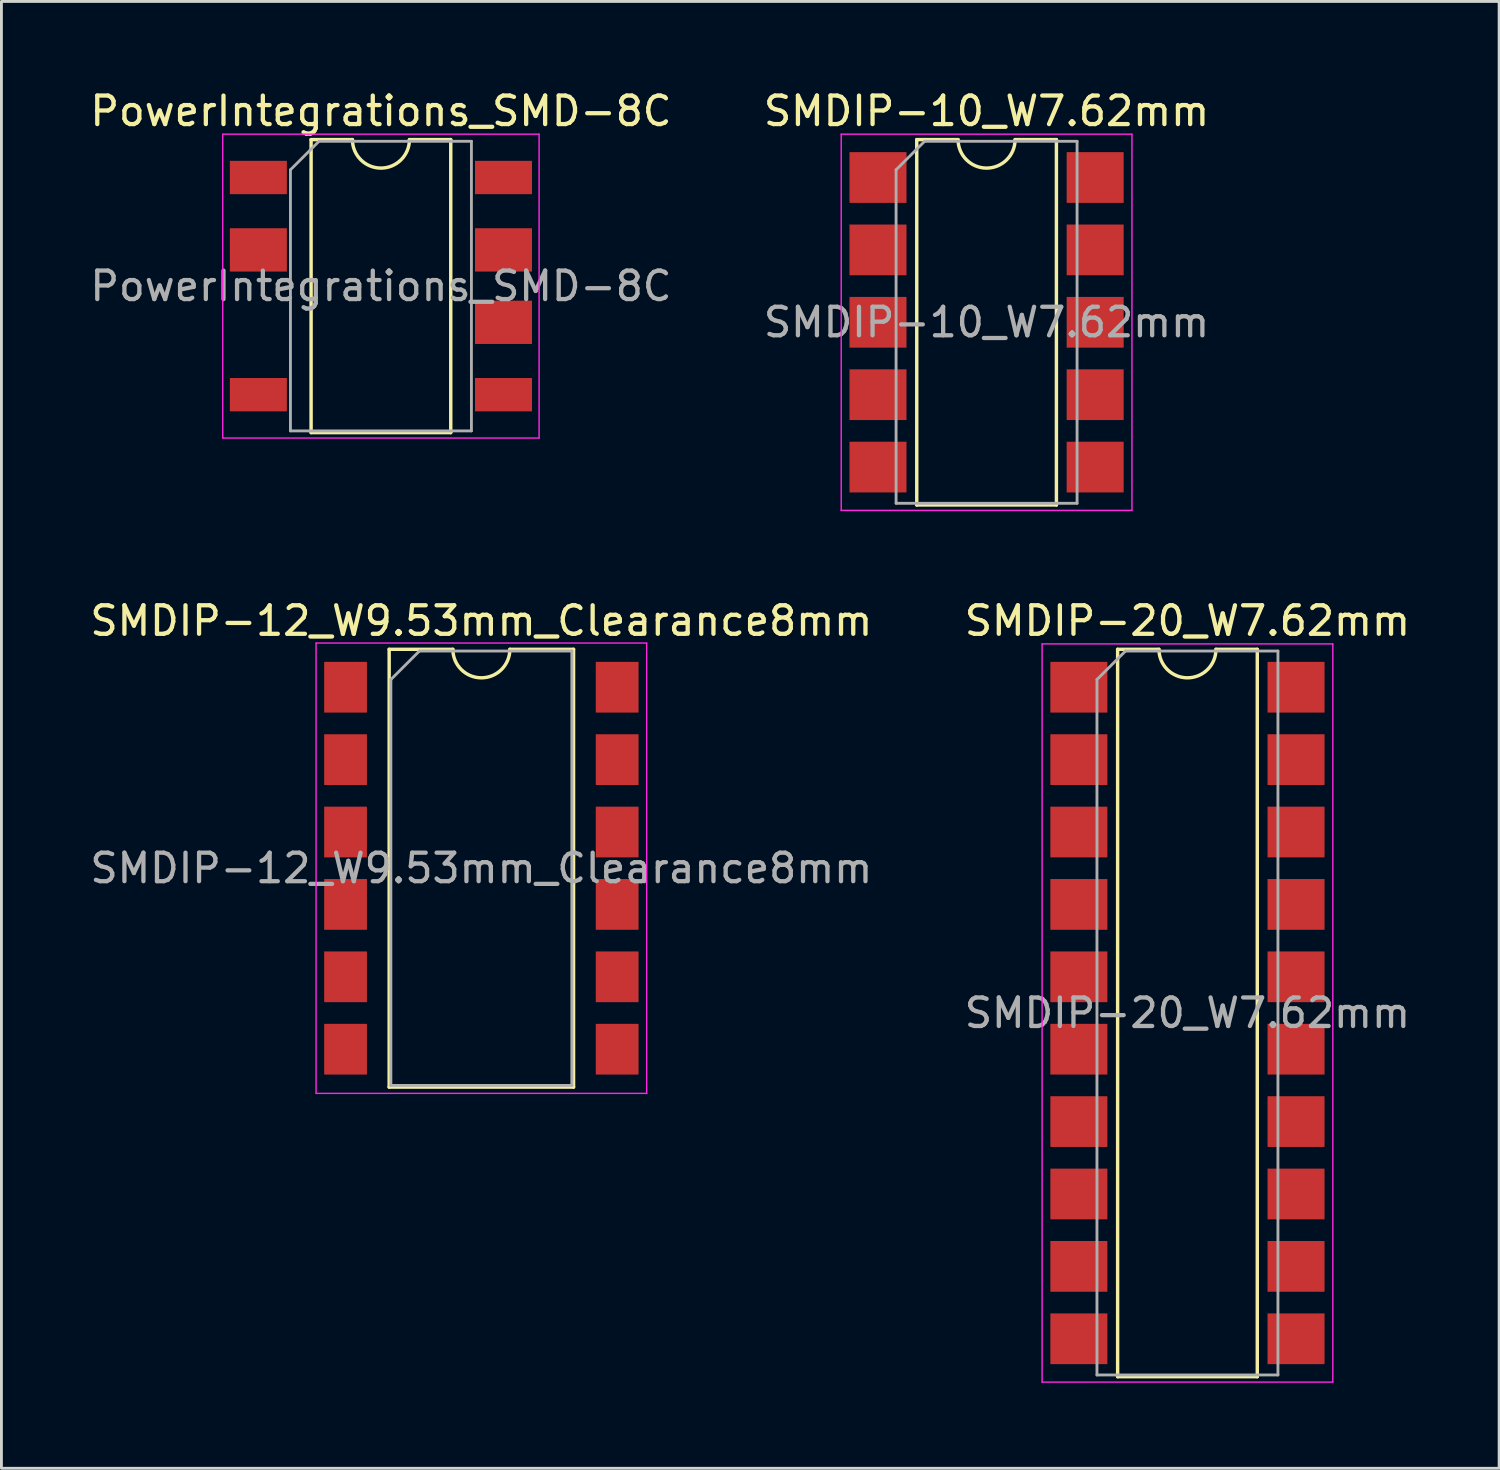
<source format=kicad_pcb>
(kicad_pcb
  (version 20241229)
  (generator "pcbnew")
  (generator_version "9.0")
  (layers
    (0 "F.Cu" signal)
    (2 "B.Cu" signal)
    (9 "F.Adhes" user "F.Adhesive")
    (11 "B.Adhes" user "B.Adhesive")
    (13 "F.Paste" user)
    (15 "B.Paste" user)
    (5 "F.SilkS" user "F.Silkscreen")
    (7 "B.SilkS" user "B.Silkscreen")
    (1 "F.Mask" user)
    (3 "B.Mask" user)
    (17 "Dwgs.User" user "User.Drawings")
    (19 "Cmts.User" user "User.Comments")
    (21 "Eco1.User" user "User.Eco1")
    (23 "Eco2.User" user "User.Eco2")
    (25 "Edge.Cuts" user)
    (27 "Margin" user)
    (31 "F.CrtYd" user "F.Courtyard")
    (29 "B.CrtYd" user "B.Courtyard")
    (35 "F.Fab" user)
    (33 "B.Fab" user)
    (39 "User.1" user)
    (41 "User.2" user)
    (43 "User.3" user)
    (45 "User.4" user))
  (footprint "PowerIntegrations_SMD-8C"
    (layer "F.Cu")
    (at 10.315 6.988)
    (property "Reference" "PowerIntegrations_SMD-8C" (at 0 -6.14 0) (layer "F.SilkS") (effects (font (size 1 1) (thickness 0.15))))
    (attr smd)
    (fp_line (start -2.45 -5.14) (end -2.45 5.14) (stroke (width 0.12) (type solid)) (layer "F.SilkS"))
    (fp_line (start -2.45 5.14) (end 2.45 5.14) (stroke (width 0.12) (type solid)) (layer "F.SilkS"))
    (fp_line (start -1 -5.14) (end -2.45 -5.14) (stroke (width 0.12) (type solid)) (layer "F.SilkS"))
    (fp_line (start 2.45 -5.14) (end 1 -5.14) (stroke (width 0.12) (type solid)) (layer "F.SilkS"))
    (fp_line (start 2.45 5.14) (end 2.45 -5.14) (stroke (width 0.12) (type solid)) (layer "F.SilkS"))
    (fp_arc (start 1 -5.14) (mid 0 -4.14) (end -1 -5.14) (stroke (width 0.12) (type solid)) (layer "F.SilkS"))
    (fp_line (start -5.55 -5.33) (end -5.55 5.33) (stroke (width 0.05) (type solid)) (layer "F.CrtYd"))
    (fp_line (start -5.55 -5.33) (end 5.55 -5.33) (stroke (width 0.05) (type solid)) (layer "F.CrtYd"))
    (fp_line (start 5.55 5.33) (end -5.55 5.33) (stroke (width 0.05) (type solid)) (layer "F.CrtYd"))
    (fp_line (start 5.55 5.33) (end 5.55 -5.33) (stroke (width 0.05) (type solid)) (layer "F.CrtYd"))
    (fp_line (start -3.175 -4.08) (end -2.175 -5.08) (stroke (width 0.1) (type solid)) (layer "F.Fab"))
    (fp_line (start -3.175 5.08) (end -3.175 -4.08) (stroke (width 0.1) (type solid)) (layer "F.Fab"))
    (fp_line (start -2.175 -5.08) (end 3.175 -5.08) (stroke (width 0.1) (type solid)) (layer "F.Fab"))
    (fp_line (start 3.175 -5.08) (end 3.175 5.08) (stroke (width 0.1) (type solid)) (layer "F.Fab"))
    (fp_line (start 3.175 5.08) (end -3.175 5.08) (stroke (width 0.1) (type solid)) (layer "F.Fab"))
    (fp_text user "${REFERENCE}" (at 0 0 0) (layer "F.Fab") (effects (font (size 1 1) (thickness 0.15))))
    (pad "1" smd rect (at -4.3 -3.81) (size 2 1.17) (layers "F.Cu" "F.Mask" "F.Paste"))
    (pad "2" smd rect (at -4.3 -1.27) (size 2 1.52) (layers "F.Cu" "F.Mask" "F.Paste"))
    (pad "4" smd rect (at -4.3 3.81) (size 2 1.17) (layers "F.Cu" "F.Mask" "F.Paste"))
    (pad "5" smd rect (at 4.3 3.81) (size 2 1.17) (layers "F.Cu" "F.Mask" "F.Paste"))
    (pad "6" smd rect (at 4.3 1.27) (size 2 1.52) (layers "F.Cu" "F.Mask" "F.Paste"))
    (pad "7" smd rect (at 4.3 -1.27) (size 2 1.52) (layers "F.Cu" "F.Mask" "F.Paste"))
    (pad "8" smd rect (at 4.3 -3.81) (size 2 1.17) (layers "F.Cu" "F.Mask" "F.Paste")))
  (footprint "SMDIP-12_W9.53mm_Clearance8mm"
    (layer "F.Cu")
    (at 13.839 27.412)
    (property "Reference" "SMDIP-12_W9.53mm_Clearance8mm" (at 0 -8.68 0) (layer "F.SilkS") (effects (font (size 1 1) (thickness 0.15))))
    (attr smd)
    (fp_line (start -3.235 -7.68) (end -3.235 7.68) (stroke (width 0.12) (type solid)) (layer "F.SilkS"))
    (fp_line (start -3.235 7.68) (end 3.235 7.68) (stroke (width 0.12) (type solid)) (layer "F.SilkS"))
    (fp_line (start -1 -7.68) (end -3.235 -7.68) (stroke (width 0.12) (type solid)) (layer "F.SilkS"))
    (fp_line (start 3.235 -7.68) (end 1 -7.68) (stroke (width 0.12) (type solid)) (layer "F.SilkS"))
    (fp_line (start 3.235 7.68) (end 3.235 -7.68) (stroke (width 0.12) (type solid)) (layer "F.SilkS"))
    (fp_arc (start 1 -7.68) (mid 0 -6.68) (end -1 -7.68) (stroke (width 0.12) (type solid)) (layer "F.SilkS"))
    (fp_line (start -5.8 -7.9) (end -5.8 7.9) (stroke (width 0.05) (type solid)) (layer "F.CrtYd"))
    (fp_line (start -5.8 7.9) (end 5.8 7.9) (stroke (width 0.05) (type solid)) (layer "F.CrtYd"))
    (fp_line (start 5.8 -7.9) (end -5.8 -7.9) (stroke (width 0.05) (type solid)) (layer "F.CrtYd"))
    (fp_line (start 5.8 7.9) (end 5.8 -7.9) (stroke (width 0.05) (type solid)) (layer "F.CrtYd"))
    (fp_line (start -3.175 -6.62) (end -2.175 -7.62) (stroke (width 0.1) (type solid)) (layer "F.Fab"))
    (fp_line (start -3.175 7.62) (end -3.175 -6.62) (stroke (width 0.1) (type solid)) (layer "F.Fab"))
    (fp_line (start -2.175 -7.62) (end 3.175 -7.62) (stroke (width 0.1) (type solid)) (layer "F.Fab"))
    (fp_line (start 3.175 -7.62) (end 3.175 7.62) (stroke (width 0.1) (type solid)) (layer "F.Fab"))
    (fp_line (start 3.175 7.62) (end -3.175 7.62) (stroke (width 0.1) (type solid)) (layer "F.Fab"))
    (fp_text user "${REFERENCE}" (at 0 0 0) (layer "F.Fab") (effects (font (size 1 1) (thickness 0.15))))
    (pad "1" smd rect (at -4.765 -6.35) (size 1.5 1.78) (layers "F.Cu" "F.Mask" "F.Paste"))
    (pad "2" smd rect (at -4.765 -3.81) (size 1.5 1.78) (layers "F.Cu" "F.Mask" "F.Paste"))
    (pad "3" smd rect (at -4.765 -1.27) (size 1.5 1.78) (layers "F.Cu" "F.Mask" "F.Paste"))
    (pad "4" smd rect (at -4.765 1.27) (size 1.5 1.78) (layers "F.Cu" "F.Mask" "F.Paste"))
    (pad "5" smd rect (at -4.765 3.81) (size 1.5 1.78) (layers "F.Cu" "F.Mask" "F.Paste"))
    (pad "6" smd rect (at -4.765 6.35) (size 1.5 1.78) (layers "F.Cu" "F.Mask" "F.Paste"))
    (pad "7" smd rect (at 4.765 6.35) (size 1.5 1.78) (layers "F.Cu" "F.Mask" "F.Paste"))
    (pad "8" smd rect (at 4.765 3.81) (size 1.5 1.78) (layers "F.Cu" "F.Mask" "F.Paste"))
    (pad "9" smd rect (at 4.765 1.27) (size 1.5 1.78) (layers "F.Cu" "F.Mask" "F.Paste"))
    (pad "10" smd rect (at 4.765 -1.27) (size 1.5 1.78) (layers "F.Cu" "F.Mask" "F.Paste"))
    (pad "11" smd rect (at 4.765 -3.81) (size 1.5 1.78) (layers "F.Cu" "F.Mask" "F.Paste"))
    (pad "12" smd rect (at 4.765 -6.35) (size 1.5 1.78) (layers "F.Cu" "F.Mask" "F.Paste")))
  (footprint "SMDIP-20_W7.62mm"
    (layer "F.Cu")
    (at 38.613 32.492)
    (property "Reference" "SMDIP-20_W7.62mm" (at 0 -13.76 0) (layer "F.SilkS") (effects (font (size 1 1) (thickness 0.15))))
    (attr smd)
    (fp_line (start -2.45 -12.76) (end -2.45 12.76) (stroke (width 0.12) (type solid)) (layer "F.SilkS"))
    (fp_line (start -2.45 12.76) (end 2.45 12.76) (stroke (width 0.12) (type solid)) (layer "F.SilkS"))
    (fp_line (start -1 -12.76) (end -2.45 -12.76) (stroke (width 0.12) (type solid)) (layer "F.SilkS"))
    (fp_line (start 2.45 -12.76) (end 1 -12.76) (stroke (width 0.12) (type solid)) (layer "F.SilkS"))
    (fp_line (start 2.45 12.76) (end 2.45 -12.76) (stroke (width 0.12) (type solid)) (layer "F.SilkS"))
    (fp_arc (start 1 -12.76) (mid 0 -11.76) (end -1 -12.76) (stroke (width 0.12) (type solid)) (layer "F.SilkS"))
    (fp_line (start -5.1 -12.95) (end -5.1 12.95) (stroke (width 0.05) (type solid)) (layer "F.CrtYd"))
    (fp_line (start -5.1 12.95) (end 5.1 12.95) (stroke (width 0.05) (type solid)) (layer "F.CrtYd"))
    (fp_line (start 5.1 -12.95) (end -5.1 -12.95) (stroke (width 0.05) (type solid)) (layer "F.CrtYd"))
    (fp_line (start 5.1 12.95) (end 5.1 -12.95) (stroke (width 0.05) (type solid)) (layer "F.CrtYd"))
    (fp_line (start -3.175 -11.7) (end -2.175 -12.7) (stroke (width 0.1) (type solid)) (layer "F.Fab"))
    (fp_line (start -3.175 12.7) (end -3.175 -11.7) (stroke (width 0.1) (type solid)) (layer "F.Fab"))
    (fp_line (start -2.175 -12.7) (end 3.175 -12.7) (stroke (width 0.1) (type solid)) (layer "F.Fab"))
    (fp_line (start 3.175 -12.7) (end 3.175 12.7) (stroke (width 0.1) (type solid)) (layer "F.Fab"))
    (fp_line (start 3.175 12.7) (end -3.175 12.7) (stroke (width 0.1) (type solid)) (layer "F.Fab"))
    (fp_text user "${REFERENCE}" (at 0 0 0) (layer "F.Fab") (effects (font (size 1 1) (thickness 0.15))))
    (pad "1" smd rect (at -3.81 -11.43) (size 2 1.78) (layers "F.Cu" "F.Mask" "F.Paste"))
    (pad "2" smd rect (at -3.81 -8.89) (size 2 1.78) (layers "F.Cu" "F.Mask" "F.Paste"))
    (pad "3" smd rect (at -3.81 -6.35) (size 2 1.78) (layers "F.Cu" "F.Mask" "F.Paste"))
    (pad "4" smd rect (at -3.81 -3.81) (size 2 1.78) (layers "F.Cu" "F.Mask" "F.Paste"))
    (pad "5" smd rect (at -3.81 -1.27) (size 2 1.78) (layers "F.Cu" "F.Mask" "F.Paste"))
    (pad "6" smd rect (at -3.81 1.27) (size 2 1.78) (layers "F.Cu" "F.Mask" "F.Paste"))
    (pad "7" smd rect (at -3.81 3.81) (size 2 1.78) (layers "F.Cu" "F.Mask" "F.Paste"))
    (pad "8" smd rect (at -3.81 6.35) (size 2 1.78) (layers "F.Cu" "F.Mask" "F.Paste"))
    (pad "9" smd rect (at -3.81 8.89) (size 2 1.78) (layers "F.Cu" "F.Mask" "F.Paste"))
    (pad "10" smd rect (at -3.81 11.43) (size 2 1.78) (layers "F.Cu" "F.Mask" "F.Paste"))
    (pad "11" smd rect (at 3.81 11.43) (size 2 1.78) (layers "F.Cu" "F.Mask" "F.Paste"))
    (pad "12" smd rect (at 3.81 8.89) (size 2 1.78) (layers "F.Cu" "F.Mask" "F.Paste"))
    (pad "13" smd rect (at 3.81 6.35) (size 2 1.78) (layers "F.Cu" "F.Mask" "F.Paste"))
    (pad "14" smd rect (at 3.81 3.81) (size 2 1.78) (layers "F.Cu" "F.Mask" "F.Paste"))
    (pad "15" smd rect (at 3.81 1.27) (size 2 1.78) (layers "F.Cu" "F.Mask" "F.Paste"))
    (pad "16" smd rect (at 3.81 -1.27) (size 2 1.78) (layers "F.Cu" "F.Mask" "F.Paste"))
    (pad "17" smd rect (at 3.81 -3.81) (size 2 1.78) (layers "F.Cu" "F.Mask" "F.Paste"))
    (pad "18" smd rect (at 3.81 -6.35) (size 2 1.78) (layers "F.Cu" "F.Mask" "F.Paste"))
    (pad "19" smd rect (at 3.81 -8.89) (size 2 1.78) (layers "F.Cu" "F.Mask" "F.Paste"))
    (pad "20" smd rect (at 3.81 -11.43) (size 2 1.78) (layers "F.Cu" "F.Mask" "F.Paste")))
  (footprint "SMDIP-10_W7.62mm"
    (layer "F.Cu")
    (at 31.565 8.258)
    (property "Reference" "SMDIP-10_W7.62mm" (at 0 -7.41 0) (layer "F.SilkS") (effects (font (size 1 1) (thickness 0.15))))
    (attr smd)
    (fp_line (start -2.45 -6.41) (end -2.45 6.41) (stroke (width 0.12) (type solid)) (layer "F.SilkS"))
    (fp_line (start -2.45 6.41) (end 2.45 6.41) (stroke (width 0.12) (type solid)) (layer "F.SilkS"))
    (fp_line (start -1 -6.41) (end -2.45 -6.41) (stroke (width 0.12) (type solid)) (layer "F.SilkS"))
    (fp_line (start 2.45 -6.41) (end 1 -6.41) (stroke (width 0.12) (type solid)) (layer "F.SilkS"))
    (fp_line (start 2.45 6.41) (end 2.45 -6.41) (stroke (width 0.12) (type solid)) (layer "F.SilkS"))
    (fp_arc (start 1 -6.41) (mid 0 -5.41) (end -1 -6.41) (stroke (width 0.12) (type solid)) (layer "F.SilkS"))
    (fp_line (start -5.1 -6.6) (end -5.1 6.6) (stroke (width 0.05) (type solid)) (layer "F.CrtYd"))
    (fp_line (start -5.1 6.6) (end 5.1 6.6) (stroke (width 0.05) (type solid)) (layer "F.CrtYd"))
    (fp_line (start 5.1 -6.6) (end -5.1 -6.6) (stroke (width 0.05) (type solid)) (layer "F.CrtYd"))
    (fp_line (start 5.1 6.6) (end 5.1 -6.6) (stroke (width 0.05) (type solid)) (layer "F.CrtYd"))
    (fp_line (start -3.175 -5.35) (end -2.175 -6.35) (stroke (width 0.1) (type solid)) (layer "F.Fab"))
    (fp_line (start -3.175 6.35) (end -3.175 -5.35) (stroke (width 0.1) (type solid)) (layer "F.Fab"))
    (fp_line (start -2.175 -6.35) (end 3.175 -6.35) (stroke (width 0.1) (type solid)) (layer "F.Fab"))
    (fp_line (start 3.175 -6.35) (end 3.175 6.35) (stroke (width 0.1) (type solid)) (layer "F.Fab"))
    (fp_line (start 3.175 6.35) (end -3.175 6.35) (stroke (width 0.1) (type solid)) (layer "F.Fab"))
    (fp_text user "${REFERENCE}" (at 0 0 0) (layer "F.Fab") (effects (font (size 1 1) (thickness 0.15))))
    (pad "1" smd rect (at -3.81 -5.08) (size 2 1.78) (layers "F.Cu" "F.Mask" "F.Paste"))
    (pad "2" smd rect (at -3.81 -2.54) (size 2 1.78) (layers "F.Cu" "F.Mask" "F.Paste"))
    (pad "3" smd rect (at -3.81 0) (size 2 1.78) (layers "F.Cu" "F.Mask" "F.Paste"))
    (pad "4" smd rect (at -3.81 2.54) (size 2 1.78) (layers "F.Cu" "F.Mask" "F.Paste"))
    (pad "5" smd rect (at -3.81 5.08) (size 2 1.78) (layers "F.Cu" "F.Mask" "F.Paste"))
    (pad "6" smd rect (at 3.81 5.08) (size 2 1.78) (layers "F.Cu" "F.Mask" "F.Paste"))
    (pad "7" smd rect (at 3.81 2.54) (size 2 1.78) (layers "F.Cu" "F.Mask" "F.Paste"))
    (pad "8" smd rect (at 3.81 0) (size 2 1.78) (layers "F.Cu" "F.Mask" "F.Paste"))
    (pad "9" smd rect (at 3.81 -2.54) (size 2 1.78) (layers "F.Cu" "F.Mask" "F.Paste"))
    (pad "10" smd rect (at 3.81 -5.08) (size 2 1.78) (layers "F.Cu" "F.Mask" "F.Paste")))
  (gr_rect
    (start -3 -3)
    (end 49.548 48.467)
    (stroke (width 0.1) (type default))
    (fill no)
    (layer "Edge.Cuts")))
</source>
